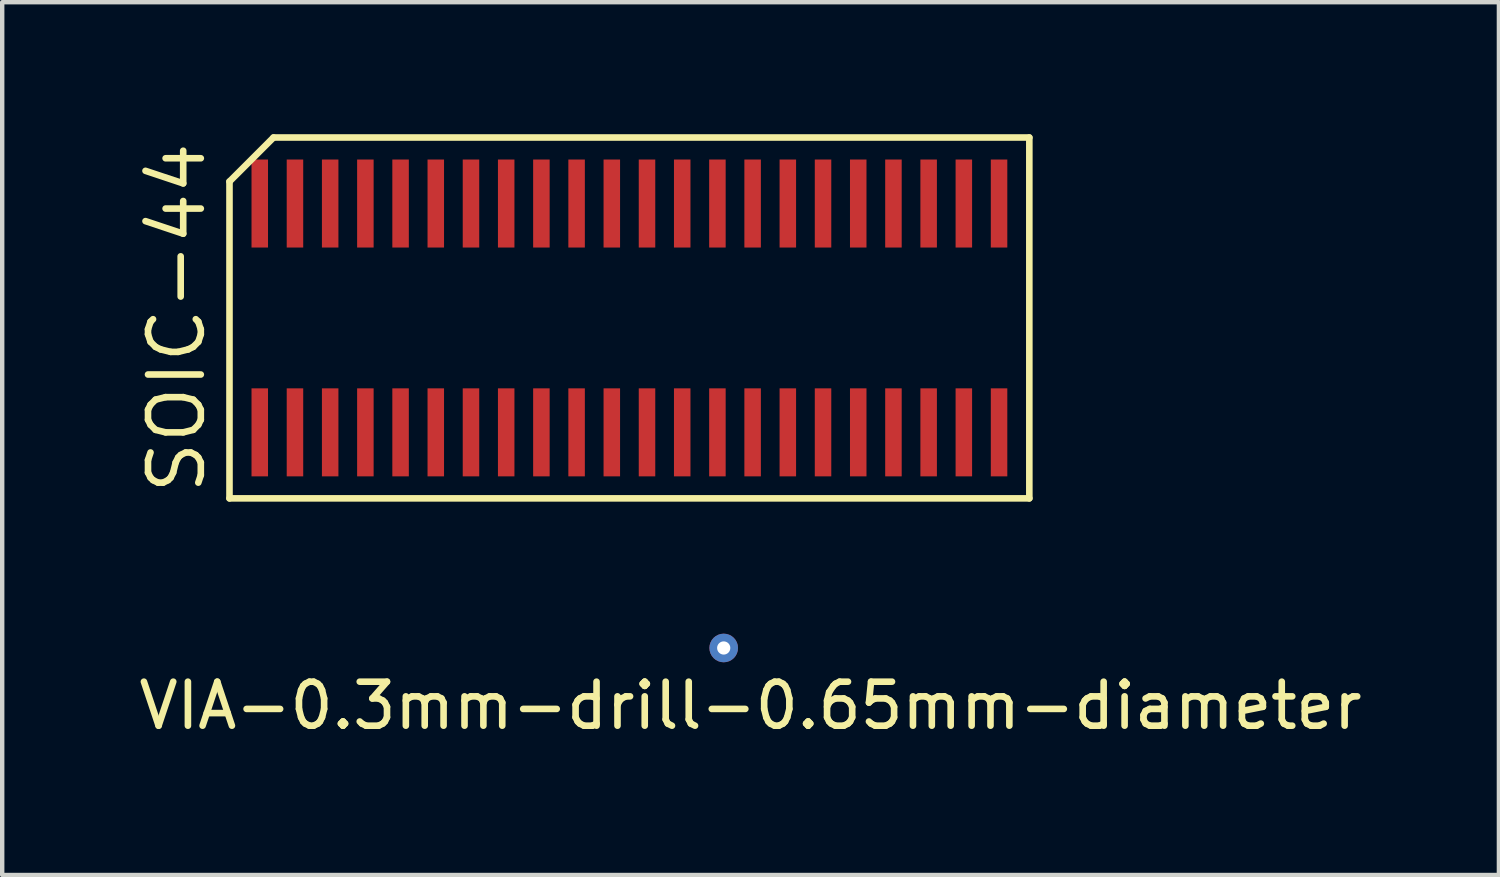
<source format=kicad_pcb>
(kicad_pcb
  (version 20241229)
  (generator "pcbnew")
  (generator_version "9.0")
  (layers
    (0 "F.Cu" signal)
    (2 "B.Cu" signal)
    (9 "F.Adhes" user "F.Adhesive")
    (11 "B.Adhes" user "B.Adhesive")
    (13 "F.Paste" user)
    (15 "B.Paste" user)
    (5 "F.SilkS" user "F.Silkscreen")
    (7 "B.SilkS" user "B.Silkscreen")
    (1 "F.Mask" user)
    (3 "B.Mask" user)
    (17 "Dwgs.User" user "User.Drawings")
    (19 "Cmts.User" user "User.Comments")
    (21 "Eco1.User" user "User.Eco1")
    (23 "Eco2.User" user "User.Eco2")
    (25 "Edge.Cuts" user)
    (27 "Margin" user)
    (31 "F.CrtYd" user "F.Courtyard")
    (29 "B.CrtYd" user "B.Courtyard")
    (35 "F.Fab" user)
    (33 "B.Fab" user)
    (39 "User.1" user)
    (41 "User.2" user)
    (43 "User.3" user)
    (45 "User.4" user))
  (footprint "SOIC-44"
    (layer "F.Cu")
    (at 11.253 4.175)
    (property "Reference" "SOIC-44" (at -10.287 0 90) (layer "F.SilkS") (effects (font (size 1.2 1.2) (thickness 0.15))))
    (attr through_hole)
    (fp_line (start -9.088 -3.1) (end -9.088 4.1) (stroke (width 0.15) (type solid)) (layer "F.SilkS"))
    (fp_line (start -9.088 4.1) (end 9.088 4.1) (stroke (width 0.15) (type solid)) (layer "F.SilkS"))
    (fp_line (start -8.088 -4.1) (end -9.088 -3.1) (stroke (width 0.15) (type solid)) (layer "F.SilkS"))
    (fp_line (start 9.088 -4.1) (end -8.088 -4.1) (stroke (width 0.15) (type solid)) (layer "F.SilkS"))
    (fp_line (start 9.088 4.1) (end 9.088 -4.1) (stroke (width 0.15) (type solid)) (layer "F.SilkS"))
    (pad "1" smd rect (at -8.4 2.6) (size 0.375 2) (layers "F.Cu" "F.Mask" "F.Paste"))
    (pad "2" smd rect (at -7.6 2.6) (size 0.375 2) (layers "F.Cu" "F.Mask" "F.Paste"))
    (pad "3" smd rect (at -6.8 2.6) (size 0.375 2) (layers "F.Cu" "F.Mask" "F.Paste"))
    (pad "4" smd rect (at -6 2.6) (size 0.375 2) (layers "F.Cu" "F.Mask" "F.Paste"))
    (pad "5" smd rect (at -5.2 2.6) (size 0.375 2) (layers "F.Cu" "F.Mask" "F.Paste"))
    (pad "6" smd rect (at -4.4 2.6) (size 0.375 2) (layers "F.Cu" "F.Mask" "F.Paste"))
    (pad "7" smd rect (at -3.6 2.6) (size 0.375 2) (layers "F.Cu" "F.Mask" "F.Paste"))
    (pad "8" smd rect (at -2.8 2.6) (size 0.375 2) (layers "F.Cu" "F.Mask" "F.Paste"))
    (pad "9" smd rect (at -2 2.6) (size 0.375 2) (layers "F.Cu" "F.Mask" "F.Paste"))
    (pad "10" smd rect (at -1.2 2.6) (size 0.375 2) (layers "F.Cu" "F.Mask" "F.Paste"))
    (pad "11" smd rect (at -0.4 2.6) (size 0.375 2) (layers "F.Cu" "F.Mask" "F.Paste"))
    (pad "12" smd rect (at 0.4 2.6) (size 0.375 2) (layers "F.Cu" "F.Mask" "F.Paste"))
    (pad "13" smd rect (at 1.2 2.6) (size 0.375 2) (layers "F.Cu" "F.Mask" "F.Paste"))
    (pad "14" smd rect (at 2 2.6) (size 0.375 2) (layers "F.Cu" "F.Mask" "F.Paste"))
    (pad "15" smd rect (at 2.8 2.6) (size 0.375 2) (layers "F.Cu" "F.Mask" "F.Paste"))
    (pad "16" smd rect (at 3.6 2.6) (size 0.375 2) (layers "F.Cu" "F.Mask" "F.Paste"))
    (pad "17" smd rect (at 4.4 2.6) (size 0.375 2) (layers "F.Cu" "F.Mask" "F.Paste"))
    (pad "18" smd rect (at 5.2 2.6) (size 0.375 2) (layers "F.Cu" "F.Mask" "F.Paste"))
    (pad "19" smd rect (at 6 2.6) (size 0.375 2) (layers "F.Cu" "F.Mask" "F.Paste"))
    (pad "20" smd rect (at 6.8 2.6) (size 0.375 2) (layers "F.Cu" "F.Mask" "F.Paste"))
    (pad "21" smd rect (at 7.6 2.6) (size 0.375 2) (layers "F.Cu" "F.Mask" "F.Paste"))
    (pad "22" smd rect (at 8.4 2.6) (size 0.375 2) (layers "F.Cu" "F.Mask" "F.Paste"))
    (pad "23" smd rect (at 8.4 -2.6) (size 0.375 2) (layers "F.Cu" "F.Mask" "F.Paste"))
    (pad "24" smd rect (at 7.6 -2.6) (size 0.375 2) (layers "F.Cu" "F.Mask" "F.Paste"))
    (pad "25" smd rect (at 6.8 -2.6) (size 0.375 2) (layers "F.Cu" "F.Mask" "F.Paste"))
    (pad "26" smd rect (at 6 -2.6) (size 0.375 2) (layers "F.Cu" "F.Mask" "F.Paste"))
    (pad "27" smd rect (at 5.2 -2.6) (size 0.375 2) (layers "F.Cu" "F.Mask" "F.Paste"))
    (pad "28" smd rect (at 4.4 -2.6) (size 0.375 2) (layers "F.Cu" "F.Mask" "F.Paste"))
    (pad "29" smd rect (at 3.6 -2.6) (size 0.375 2) (layers "F.Cu" "F.Mask" "F.Paste"))
    (pad "30" smd rect (at 2.8 -2.6) (size 0.375 2) (layers "F.Cu" "F.Mask" "F.Paste"))
    (pad "31" smd rect (at 2 -2.6) (size 0.375 2) (layers "F.Cu" "F.Mask" "F.Paste"))
    (pad "32" smd rect (at 1.2 -2.6) (size 0.375 2) (layers "F.Cu" "F.Mask" "F.Paste"))
    (pad "33" smd rect (at 0.4 -2.6) (size 0.375 2) (layers "F.Cu" "F.Mask" "F.Paste"))
    (pad "34" smd rect (at -0.4 -2.6) (size 0.375 2) (layers "F.Cu" "F.Mask" "F.Paste"))
    (pad "35" smd rect (at -1.2 -2.6) (size 0.375 2) (layers "F.Cu" "F.Mask" "F.Paste"))
    (pad "36" smd rect (at -2 -2.6) (size 0.375 2) (layers "F.Cu" "F.Mask" "F.Paste"))
    (pad "37" smd rect (at -2.8 -2.6) (size 0.375 2) (layers "F.Cu" "F.Mask" "F.Paste"))
    (pad "38" smd rect (at -3.6 -2.6) (size 0.375 2) (layers "F.Cu" "F.Mask" "F.Paste"))
    (pad "39" smd rect (at -4.4 -2.6) (size 0.375 2) (layers "F.Cu" "F.Mask" "F.Paste"))
    (pad "40" smd rect (at -5.2 -2.6) (size 0.375 2) (layers "F.Cu" "F.Mask" "F.Paste"))
    (pad "41" smd rect (at -6 -2.6) (size 0.375 2) (layers "F.Cu" "F.Mask" "F.Paste"))
    (pad "42" smd rect (at -6.8 -2.6) (size 0.375 2) (layers "F.Cu" "F.Mask" "F.Paste"))
    (pad "43" smd rect (at -7.6 -2.6) (size 0.375 2) (layers "F.Cu" "F.Mask" "F.Paste"))
    (pad "44" smd rect (at -8.4 -2.6) (size 0.375 2) (layers "F.Cu" "F.Mask" "F.Paste")))
  (footprint "VIA-0.3mm-drill-0.65mm-diameter"
    (layer "F.Cu")
    (at 13.396 11.675)
    (property "Reference" "VIA-0.3mm-drill-0.65mm-diameter" (at 0.61 1.311 0) (layer "F.SilkS") (effects (font (size 1 1) (thickness 0.15))))
    (attr through_hole)
    (pad "1" thru_hole circle (at 0 0) (size 0.65 0.65) (drill 0.3) (layers "*.Cu")))
  (gr_rect
    (start -3 -3)
    (end 31.012 16.834)
    (stroke (width 0.1) (type default))
    (fill no)
    (layer "Edge.Cuts")))
</source>
